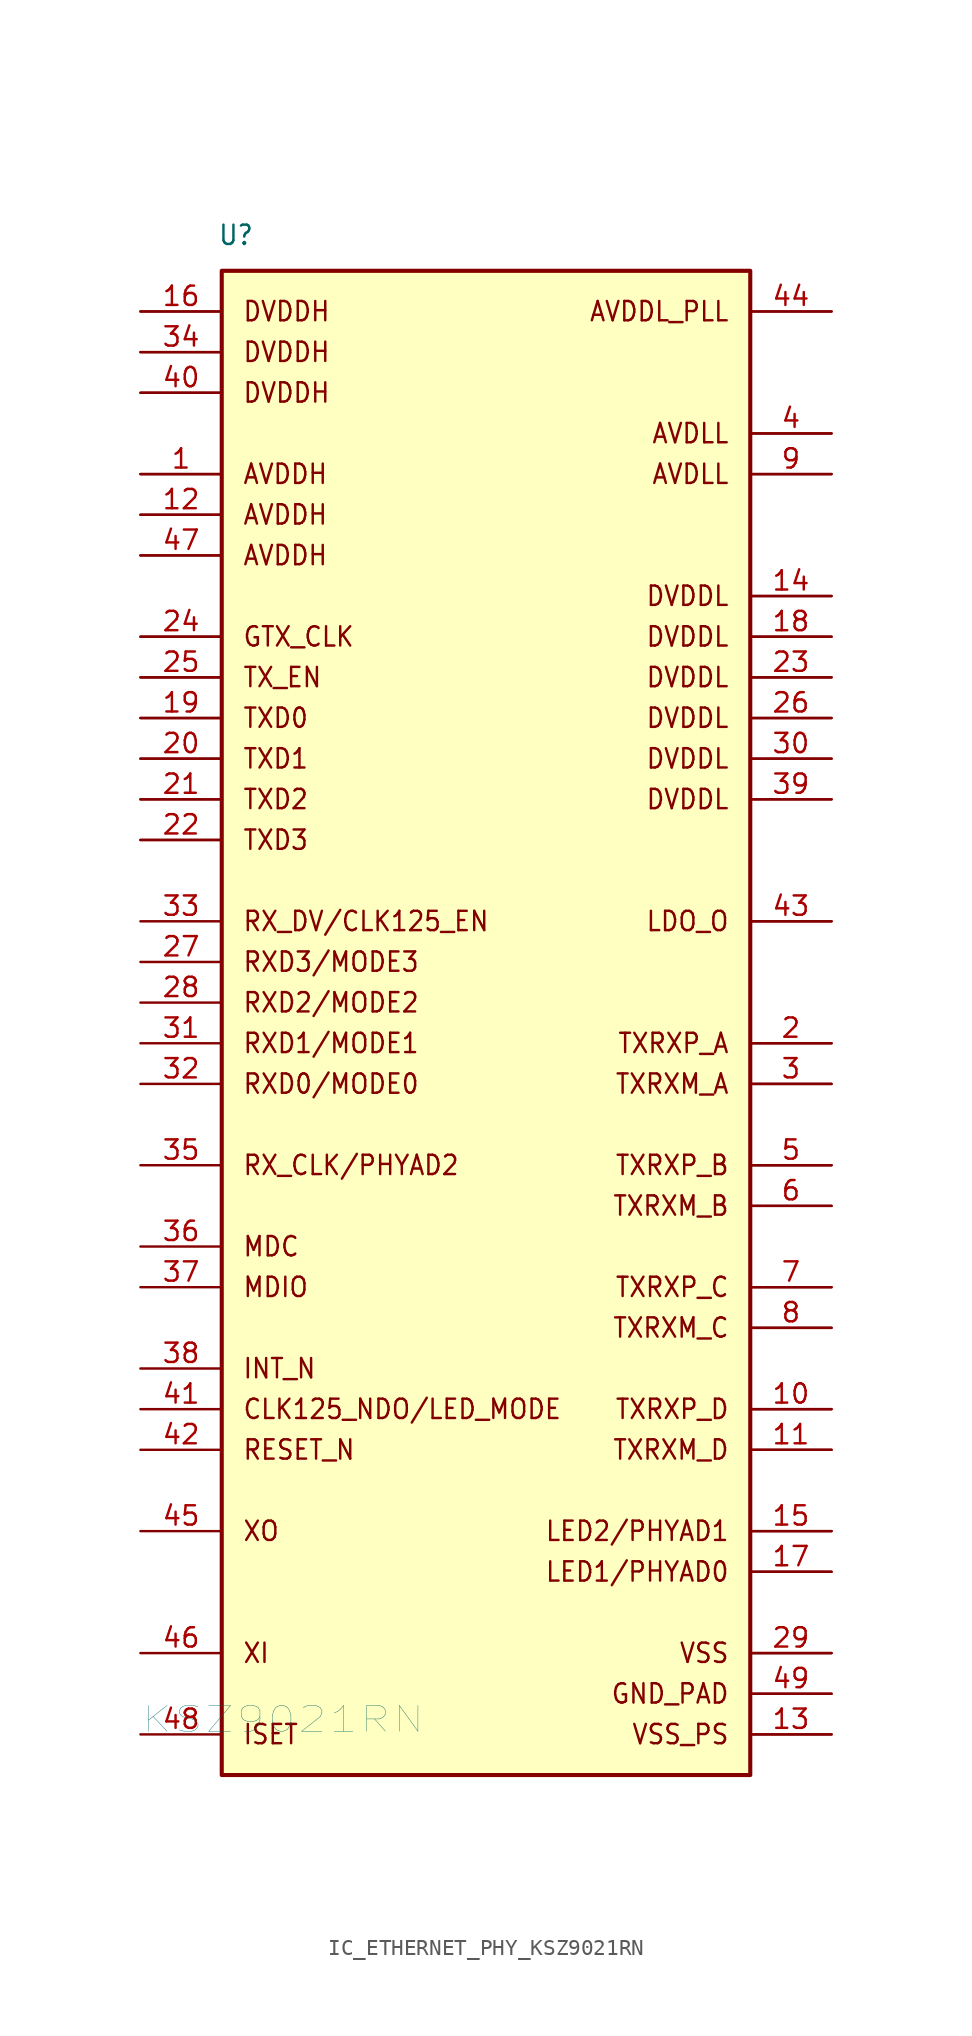
<source format=kicad_sym>
(kicad_symbol_lib
  (version 20241209)
  (generator "kicad_symbol_editor")
  (generator_version "9.0")
  (symbol "IC_ETHERNET_PHY_KSZ9021RN"
    (property "Reference" "U"
      (at 4.826 92.964 0)
      (effects (font (size 1.206 1.092) (thickness 0.152)) (justify left bottom)))
    (property "Value" "KSZ9021RN"
      (at 0 0 0)
      (effects (font (size 1.609 2.032) (thickness 0.025)) (justify left bottom)))
    (symbol "IC_ETHERNET_PHY_KSZ9021RN_1_0"
      (polyline (pts (xy 0 88.9) (xy 5.08 88.9)) (stroke (width 0) (type solid)) (fill (type none)))
      (polyline (pts (xy 0 86.36) (xy 5.08 86.36)) (stroke (width 0) (type solid)) (fill (type none)))
      (polyline (pts (xy 0 83.82) (xy 5.08 83.82)) (stroke (width 0) (type solid)) (fill (type none)))
      (polyline (pts (xy 0 78.74) (xy 5.08 78.74)) (stroke (width 0) (type solid)) (fill (type none)))
      (polyline (pts (xy 0 76.2) (xy 5.08 76.2)) (stroke (width 0) (type solid)) (fill (type none)))
      (polyline (pts (xy 0 73.66) (xy 5.08 73.66)) (stroke (width 0) (type solid)) (fill (type none)))
      (polyline (pts (xy 0 68.58) (xy 5.08 68.58)) (stroke (width 0) (type solid)) (fill (type none)))
      (polyline (pts (xy 0 66.04) (xy 5.08 66.04)) (stroke (width 0) (type solid)) (fill (type none)))
      (polyline (pts (xy 0 63.5) (xy 5.08 63.5)) (stroke (width 0) (type solid)) (fill (type none)))
      (polyline (pts (xy 0 60.96) (xy 5.08 60.96)) (stroke (width 0) (type solid)) (fill (type none)))
      (polyline (pts (xy 0 58.42) (xy 5.08 58.42)) (stroke (width 0) (type solid)) (fill (type none)))
      (polyline (pts (xy 0 55.88) (xy 5.08 55.88)) (stroke (width 0) (type solid)) (fill (type none)))
      (polyline (pts (xy 5.08 -2.54) (xy 38.1 -2.54) (xy 38.1 91.44) (xy 5.08 91.44) (xy 5.08 -2.54)) (stroke (width 0.256) (type solid)) (fill (type background)))
      (polyline (pts (xy 38.1 88.9) (xy 43.18 88.9)) (stroke (width 0) (type solid)) (fill (type none)))
      (polyline (pts (xy 38.1 81.28) (xy 43.18 81.28)) (stroke (width 0) (type solid)) (fill (type none)))
      (polyline (pts (xy 38.1 78.74) (xy 43.18 78.74)) (stroke (width 0) (type solid)) (fill (type none)))
      (polyline (pts (xy 38.1 71.12) (xy 43.18 71.12)) (stroke (width 0) (type solid)) (fill (type none)))
      (polyline (pts (xy 38.1 68.58) (xy 43.18 68.58)) (stroke (width 0) (type solid)) (fill (type none)))
      (polyline (pts (xy 38.1 66.04) (xy 43.18 66.04)) (stroke (width 0) (type solid)) (fill (type none)))
      (polyline (pts (xy 38.1 63.5) (xy 43.18 63.5)) (stroke (width 0) (type solid)) (fill (type none)))
      (polyline (pts (xy 38.1 60.96) (xy 43.18 60.96)) (stroke (width 0) (type solid)) (fill (type none)))
      (polyline (pts (xy 38.1 58.42) (xy 43.18 58.42)) (stroke (width 0) (type solid)) (fill (type none)))
      (polyline (pts (xy 38.1 50.8) (xy 43.18 50.8)) (stroke (width 0) (type solid)) (fill (type none)))
      (polyline (pts (xy 38.1 43.18) (xy 43.18 43.18)) (stroke (width 0) (type solid)) (fill (type none)))
      (polyline (pts (xy 38.1 40.64) (xy 43.18 40.64)) (stroke (width 0) (type solid)) (fill (type none)))
      (polyline (pts (xy 38.1 35.56) (xy 43.18 35.56)) (stroke (width 0) (type solid)) (fill (type none)))
      (polyline (pts (xy 38.1 33.02) (xy 43.18 33.02)) (stroke (width 0) (type solid)) (fill (type none)))
      (polyline (pts (xy 38.1 27.94) (xy 43.18 27.94)) (stroke (width 0) (type solid)) (fill (type none)))
      (polyline (pts (xy 38.1 25.4) (xy 43.18 25.4)) (stroke (width 0) (type solid)) (fill (type none)))
      (polyline (pts (xy 38.1 20.32) (xy 43.18 20.32)) (stroke (width 0) (type solid)) (fill (type none)))
      (polyline (pts (xy 38.1 17.78) (xy 43.18 17.78)) (stroke (width 0) (type solid)) (fill (type none)))
      (polyline (pts (xy 38.1 12.7) (xy 43.18 12.7)) (stroke (width 0) (type solid)) (fill (type none)))
      (polyline (pts (xy 38.1 10.16) (xy 43.18 10.16)) (stroke (width 0) (type solid)) (fill (type none)))
      (polyline (pts (xy 38.1 5.08) (xy 43.18 5.08)) (stroke (width 0) (type solid)) (fill (type none)))
      (polyline (pts (xy 38.1 2.54) (xy 43.18 2.54)) (stroke (width 0) (type solid)) (fill (type none)))
      (polyline (pts (xy 38.1 0) (xy 43.18 0)) (stroke (width 0) (type solid)) (fill (type none)))
      (text "DVDDH" (at 6.35 88.9 0) (effects (font (size 1.206 1.092) (thickness 0.152)) (justify left)))
      (text "DVDDH" (at 6.35 86.36 0) (effects (font (size 1.206 1.092) (thickness 0.152)) (justify left)))
      (text "DVDDH" (at 6.35 83.82 0) (effects (font (size 1.206 1.092) (thickness 0.152)) (justify left)))
      (text "AVDDH" (at 6.35 78.74 0) (effects (font (size 1.206 1.092) (thickness 0.152)) (justify left)))
      (text "AVDDH" (at 6.35 76.2 0) (effects (font (size 1.206 1.092) (thickness 0.152)) (justify left)))
      (text "AVDDH" (at 6.35 73.66 0) (effects (font (size 1.206 1.092) (thickness 0.152)) (justify left)))
      (text "GTX_CLK" (at 6.35 68.58 0) (effects (font (size 1.206 1.092) (thickness 0.152)) (justify left)))
      (text "TX_EN" (at 6.35 66.04 0) (effects (font (size 1.206 1.092) (thickness 0.152)) (justify left)))
      (text "TXD0" (at 6.35 63.5 0) (effects (font (size 1.206 1.092) (thickness 0.152)) (justify left)))
      (text "TXD1" (at 6.35 60.96 0) (effects (font (size 1.206 1.092) (thickness 0.152)) (justify left)))
      (text "TXD2" (at 6.35 58.42 0) (effects (font (size 1.206 1.092) (thickness 0.152)) (justify left)))
      (text "TXD3" (at 6.35 55.88 0) (effects (font (size 1.206 1.092) (thickness 0.152)) (justify left)))
      (text "RX_DV/CLK125_EN" (at 6.35 50.8 0) (effects (font (size 1.206 1.092) (thickness 0.152)) (justify left)))
      (text "RXD3/MODE3" (at 6.35 48.26 0) (effects (font (size 1.206 1.092) (thickness 0.152)) (justify left)))
      (text "RXD2/MODE2" (at 6.35 45.72 0) (effects (font (size 1.206 1.092) (thickness 0.152)) (justify left)))
      (text "RXD1/MODE1" (at 6.35 43.18 0) (effects (font (size 1.206 1.092) (thickness 0.152)) (justify left)))
      (text "RXD0/MODE0" (at 6.35 40.64 0) (effects (font (size 1.206 1.092) (thickness 0.152)) (justify left)))
      (text "RX_CLK/PHYAD2" (at 6.35 35.56 0) (effects (font (size 1.206 1.092) (thickness 0.152)) (justify left)))
      (text "MDC" (at 6.35 30.48 0) (effects (font (size 1.206 1.092) (thickness 0.152)) (justify left)))
      (text "MDIO" (at 6.35 27.94 0) (effects (font (size 1.206 1.092) (thickness 0.152)) (justify left)))
      (text "INT_N" (at 6.35 22.86 0) (effects (font (size 1.206 1.092) (thickness 0.152)) (justify left)))
      (text "CLK125_NDO/LED_MODE" (at 6.35 20.32 0) (effects (font (size 1.206 1.092) (thickness 0.152)) (justify left)))
      (text "RESET_N" (at 6.35 17.78 0) (effects (font (size 1.206 1.092) (thickness 0.152)) (justify left)))
      (text "XO" (at 6.35 12.7 0) (effects (font (size 1.206 1.092) (thickness 0.152)) (justify left)))
      (text "XI" (at 6.35 5.08 0) (effects (font (size 1.206 1.092) (thickness 0.152)) (justify left)))
      (text "ISET" (at 6.35 0 0) (effects (font (size 1.206 1.092) (thickness 0.152)) (justify left)))
      (text "AVDDL_PLL" (at 36.83 88.9 0) (effects (font (size 1.206 1.092) (thickness 0.152)) (justify right)))
      (text "AVDLL" (at 36.83 81.28 0) (effects (font (size 1.206 1.092) (thickness 0.152)) (justify right)))
      (text "AVDLL" (at 36.83 78.74 0) (effects (font (size 1.206 1.092) (thickness 0.152)) (justify right)))
      (text "DVDDL" (at 36.83 71.12 0) (effects (font (size 1.206 1.092) (thickness 0.152)) (justify right)))
      (text "DVDDL" (at 36.83 68.58 0) (effects (font (size 1.206 1.092) (thickness 0.152)) (justify right)))
      (text "DVDDL" (at 36.83 66.04 0) (effects (font (size 1.206 1.092) (thickness 0.152)) (justify right)))
      (text "DVDDL" (at 36.83 63.5 0) (effects (font (size 1.206 1.092) (thickness 0.152)) (justify right)))
      (text "DVDDL" (at 36.83 60.96 0) (effects (font (size 1.206 1.092) (thickness 0.152)) (justify right)))
      (text "DVDDL" (at 36.83 58.42 0) (effects (font (size 1.206 1.092) (thickness 0.152)) (justify right)))
      (text "LDO_O" (at 36.83 50.8 0) (effects (font (size 1.206 1.092) (thickness 0.152)) (justify right)))
      (text "TXRXP_A" (at 36.83 43.18 0) (effects (font (size 1.206 1.092) (thickness 0.152)) (justify right)))
      (text "TXRXM_A" (at 36.83 40.64 0) (effects (font (size 1.206 1.092) (thickness 0.152)) (justify right)))
      (text "TXRXP_B" (at 36.83 35.56 0) (effects (font (size 1.206 1.092) (thickness 0.152)) (justify right)))
      (text "TXRXM_B" (at 36.83 33.02 0) (effects (font (size 1.206 1.092) (thickness 0.152)) (justify right)))
      (text "TXRXP_C" (at 36.83 27.94 0) (effects (font (size 1.206 1.092) (thickness 0.152)) (justify right)))
      (text "TXRXM_C" (at 36.83 25.4 0) (effects (font (size 1.206 1.092) (thickness 0.152)) (justify right)))
      (text "TXRXP_D" (at 36.83 20.32 0) (effects (font (size 1.206 1.092) (thickness 0.152)) (justify right)))
      (text "TXRXM_D" (at 36.83 17.78 0) (effects (font (size 1.206 1.092) (thickness 0.152)) (justify right)))
      (text "LED2/PHYAD1" (at 36.83 12.7 0) (effects (font (size 1.206 1.092) (thickness 0.152)) (justify right)))
      (text "LED1/PHYAD0" (at 36.83 10.16 0) (effects (font (size 1.206 1.092) (thickness 0.152)) (justify right)))
      (text "VSS" (at 36.83 5.08 0) (effects (font (size 1.206 1.092) (thickness 0.152)) (justify right)))
      (text "GND_PAD" (at 36.83 2.54 0) (effects (font (size 1.206 1.092) (thickness 0.152)) (justify right)))
      (text "VSS_PS" (at 36.83 0 0) (effects (font (size 1.206 1.092) (thickness 0.152)) (justify right)))
      (pin passive line (at 0 88.9 0) (length 5.08) (name "" (effects (font (size 1.206 1.206)))) (number "16" (effects (font (size 1.206 1.206)))))
      (pin passive line (at 0 86.36 0) (length 5.08) (name "" (effects (font (size 1.206 1.206)))) (number "34" (effects (font (size 1.206 1.206)))))
      (pin passive line (at 0 83.82 0) (length 5.08) (name "" (effects (font (size 1.206 1.206)))) (number "40" (effects (font (size 1.206 1.206)))))
      (pin passive line (at 0 78.74 0) (length 5.08) (name "" (effects (font (size 1.206 1.206)))) (number "1" (effects (font (size 1.206 1.206)))))
      (pin passive line (at 0 76.2 0) (length 5.08) (name "" (effects (font (size 1.206 1.206)))) (number "12" (effects (font (size 1.206 1.206)))))
      (pin passive line (at 0 73.66 0) (length 5.08) (name "" (effects (font (size 1.206 1.206)))) (number "47" (effects (font (size 1.206 1.206)))))
      (pin passive line (at 0 68.58 0) (length 5.08) (name "" (effects (font (size 1.206 1.206)))) (number "24" (effects (font (size 1.206 1.206)))))
      (pin passive line (at 0 66.04 0) (length 5.08) (name "" (effects (font (size 1.206 1.206)))) (number "25" (effects (font (size 1.206 1.206)))))
      (pin passive line (at 0 63.5 0) (length 5.08) (name "" (effects (font (size 1.206 1.206)))) (number "19" (effects (font (size 1.206 1.206)))))
      (pin passive line (at 0 60.96 0) (length 5.08) (name "" (effects (font (size 1.206 1.206)))) (number "20" (effects (font (size 1.206 1.206)))))
      (pin passive line (at 0 58.42 0) (length 5.08) (name "" (effects (font (size 1.206 1.206)))) (number "21" (effects (font (size 1.206 1.206)))))
      (pin passive line (at 0 55.88 0) (length 5.08) (name "" (effects (font (size 1.206 1.206)))) (number "22" (effects (font (size 1.206 1.206)))))
      (pin passive line (at 0 50.8 0) (length 5.08) (name "" (effects (font (size 1.206 1.206)))) (number "33" (effects (font (size 1.206 1.206)))))
      (pin passive line (at 0 48.26 0) (length 5.08) (name "" (effects (font (size 1.206 1.206)))) (number "27" (effects (font (size 1.206 1.206)))))
      (pin passive line (at 0 45.72 0) (length 5.08) (name "" (effects (font (size 1.206 1.206)))) (number "28" (effects (font (size 1.206 1.206)))))
      (pin passive line (at 0 43.18 0) (length 5.08) (name "" (effects (font (size 1.206 1.206)))) (number "31" (effects (font (size 1.206 1.206)))))
      (pin passive line (at 0 40.64 0) (length 5.08) (name "" (effects (font (size 1.206 1.206)))) (number "32" (effects (font (size 1.206 1.206)))))
      (pin passive line (at 0 35.56 0) (length 5.08) (name "" (effects (font (size 1.206 1.206)))) (number "35" (effects (font (size 1.206 1.206)))))
      (pin passive line (at 0 30.48 0) (length 5.08) (name "" (effects (font (size 1.206 1.206)))) (number "36" (effects (font (size 1.206 1.206)))))
      (pin passive line (at 0 27.94 0) (length 5.08) (name "" (effects (font (size 1.206 1.206)))) (number "37" (effects (font (size 1.206 1.206)))))
      (pin passive line (at 0 22.86 0) (length 5.08) (name "" (effects (font (size 1.206 1.206)))) (number "38" (effects (font (size 1.206 1.206)))))
      (pin passive line (at 0 20.32 0) (length 5.08) (name "" (effects (font (size 1.206 1.206)))) (number "41" (effects (font (size 1.206 1.206)))))
      (pin passive line (at 0 17.78 0) (length 5.08) (name "" (effects (font (size 1.206 1.206)))) (number "42" (effects (font (size 1.206 1.206)))))
      (pin passive line (at 0 12.7 0) (length 5.08) (name "" (effects (font (size 1.206 1.206)))) (number "45" (effects (font (size 1.206 1.206)))))
      (pin passive line (at 0 5.08 0) (length 5.08) (name "" (effects (font (size 1.206 1.206)))) (number "46" (effects (font (size 1.206 1.206)))))
      (pin passive line (at 0 0 0) (length 5.08) (name "" (effects (font (size 1.206 1.206)))) (number "48" (effects (font (size 1.206 1.206)))))
      (pin passive line (at 43.18 88.9 180) (length 5.08) (name "" (effects (font (size 1.206 1.206)))) (number "44" (effects (font (size 1.206 1.206)))))
      (pin passive line (at 43.18 81.28 180) (length 5.08) (name "" (effects (font (size 1.206 1.206)))) (number "4" (effects (font (size 1.206 1.206)))))
      (pin passive line (at 43.18 78.74 180) (length 5.08) (name "" (effects (font (size 1.206 1.206)))) (number "9" (effects (font (size 1.206 1.206)))))
      (pin passive line (at 43.18 71.12 180) (length 5.08) (name "" (effects (font (size 1.206 1.206)))) (number "14" (effects (font (size 1.206 1.206)))))
      (pin passive line (at 43.18 68.58 180) (length 5.08) (name "" (effects (font (size 1.206 1.206)))) (number "18" (effects (font (size 1.206 1.206)))))
      (pin passive line (at 43.18 66.04 180) (length 5.08) (name "" (effects (font (size 1.206 1.206)))) (number "23" (effects (font (size 1.206 1.206)))))
      (pin passive line (at 43.18 63.5 180) (length 5.08) (name "" (effects (font (size 1.206 1.206)))) (number "26" (effects (font (size 1.206 1.206)))))
      (pin passive line (at 43.18 60.96 180) (length 5.08) (name "" (effects (font (size 1.206 1.206)))) (number "30" (effects (font (size 1.206 1.206)))))
      (pin passive line (at 43.18 58.42 180) (length 5.08) (name "" (effects (font (size 1.206 1.206)))) (number "39" (effects (font (size 1.206 1.206)))))
      (pin passive line (at 43.18 50.8 180) (length 5.08) (name "" (effects (font (size 1.206 1.206)))) (number "43" (effects (font (size 1.206 1.206)))))
      (pin passive line (at 43.18 43.18 180) (length 5.08) (name "" (effects (font (size 1.206 1.206)))) (number "2" (effects (font (size 1.206 1.206)))))
      (pin passive line (at 43.18 40.64 180) (length 5.08) (name "" (effects (font (size 1.206 1.206)))) (number "3" (effects (font (size 1.206 1.206)))))
      (pin passive line (at 43.18 35.56 180) (length 5.08) (name "" (effects (font (size 1.206 1.206)))) (number "5" (effects (font (size 1.206 1.206)))))
      (pin passive line (at 43.18 33.02 180) (length 5.08) (name "" (effects (font (size 1.206 1.206)))) (number "6" (effects (font (size 1.206 1.206)))))
      (pin passive line (at 43.18 27.94 180) (length 5.08) (name "" (effects (font (size 1.206 1.206)))) (number "7" (effects (font (size 1.206 1.206)))))
      (pin passive line (at 43.18 25.4 180) (length 5.08) (name "" (effects (font (size 1.206 1.206)))) (number "8" (effects (font (size 1.206 1.206)))))
      (pin passive line (at 43.18 20.32 180) (length 5.08) (name "" (effects (font (size 1.206 1.206)))) (number "10" (effects (font (size 1.206 1.206)))))
      (pin passive line (at 43.18 17.78 180) (length 5.08) (name "" (effects (font (size 1.206 1.206)))) (number "11" (effects (font (size 1.206 1.206)))))
      (pin passive line (at 43.18 12.7 180) (length 5.08) (name "" (effects (font (size 1.206 1.206)))) (number "15" (effects (font (size 1.206 1.206)))))
      (pin passive line (at 43.18 10.16 180) (length 5.08) (name "" (effects (font (size 1.206 1.206)))) (number "17" (effects (font (size 1.206 1.206)))))
      (pin passive line (at 43.18 5.08 180) (length 5.08) (name "" (effects (font (size 1.206 1.206)))) (number "29" (effects (font (size 1.206 1.206)))))
      (pin passive line (at 43.18 2.54 180) (length 5.08) (name "" (effects (font (size 1.206 1.206)))) (number "49" (effects (font (size 1.206 1.206)))))
      (pin passive line (at 43.18 0 180) (length 5.08) (name "" (effects (font (size 1.206 1.206)))) (number "13" (effects (font (size 1.206 1.206))))))))
</source>
